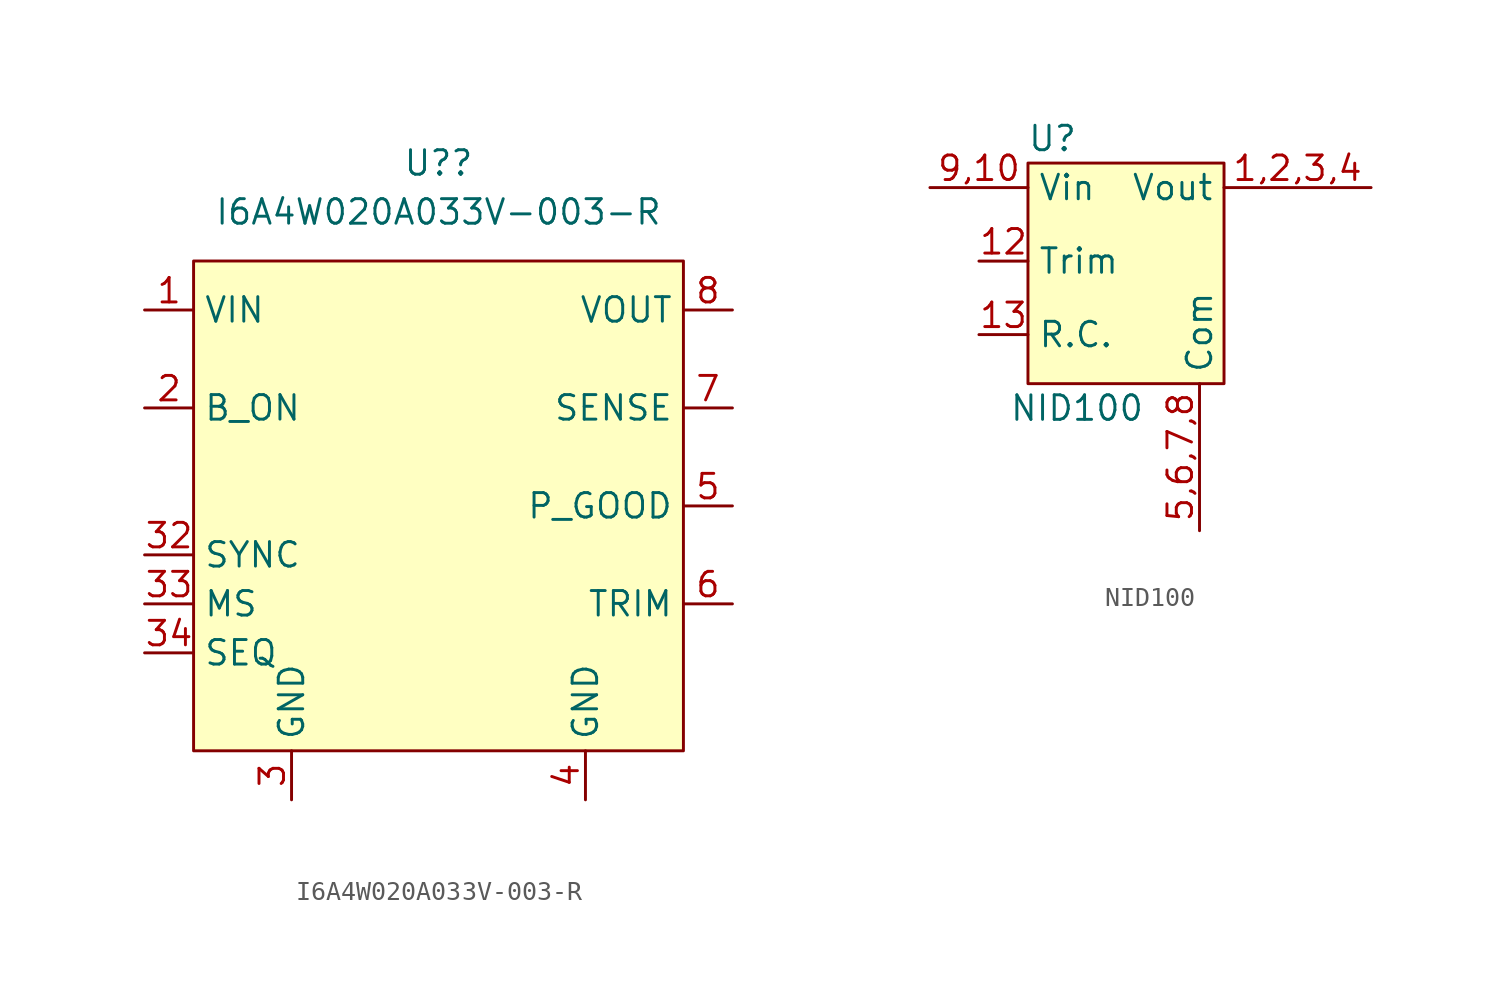
<source format=kicad_sym>
(kicad_symbol_lib
  (version 20211014)
  (generator kicad_symbol_editor)
  (symbol "I6A4W020A033V-003-R"
    (property "Reference" "U?"
      (at 0 17.78 0)
      (effects (font (size 1.27 1.27))))
    (property "Value" "I6A4W020A033V-003-R"
      (at 0 15.24 0)
      (effects (font (size 1.27 1.27))))
    (symbol "I6A4W020A033V-003-R_0_1"
      (rectangle (start -12.7 12.7) (end 12.7 -12.7) (stroke (width 0) (type default) (color 0 0 0 0)) (fill (type background))))
    (symbol "I6A4W020A033V-003-R_1_1"
      (pin input line (at -15.24 10.16 0) (length 2.54) (name "VIN" (effects (font (size 1.27 1.27)))) (number "1" (effects (font (size 1.27 1.27)))))
      (pin input line (at -15.24 5.08 0) (length 2.54) (name "B_ON" (effects (font (size 1.27 1.27)))) (number "2" (effects (font (size 1.27 1.27)))))
      (pin input line (at -7.62 -15.24 90) (length 2.54) (name "GND" (effects (font (size 1.27 1.27)))) (number "3" (effects (font (size 1.27 1.27)))))
      (pin input line (at -15.24 -2.54 0) (length 2.54) (name "SYNC" (effects (font (size 1.27 1.27)))) (number "32" (effects (font (size 1.27 1.27)))))
      (pin input line (at -15.24 -5.08 0) (length 2.54) (name "MS" (effects (font (size 1.27 1.27)))) (number "33" (effects (font (size 1.27 1.27)))))
      (pin input line (at -15.24 -7.62 0) (length 2.54) (name "SEQ" (effects (font (size 1.27 1.27)))) (number "34" (effects (font (size 1.27 1.27)))))
      (pin input line (at 7.62 -15.24 90) (length 2.54) (name "GND" (effects (font (size 1.27 1.27)))) (number "4" (effects (font (size 1.27 1.27)))))
      (pin input line (at 15.24 0 180) (length 2.54) (name "P_GOOD" (effects (font (size 1.27 1.27)))) (number "5" (effects (font (size 1.27 1.27)))))
      (pin input line (at 15.24 -5.08 180) (length 2.54) (name "TRIM" (effects (font (size 1.27 1.27)))) (number "6" (effects (font (size 1.27 1.27)))))
      (pin input line (at 15.24 5.08 180) (length 2.54) (name "SENSE" (effects (font (size 1.27 1.27)))) (number "7" (effects (font (size 1.27 1.27)))))
      (pin output line (at 15.24 10.16 180) (length 2.54) (name "VOUT" (effects (font (size 1.27 1.27)))) (number "8" (effects (font (size 1.27 1.27)))))))
  (symbol "NID100"
    (property "Reference" "U"
      (at -3.81 7.62 0)
      (effects (font (size 1.27 1.27))))
    (property "Value" "NID100"
      (at -2.54 -6.35 0)
      (effects (font (size 1.27 1.27))))
    (symbol "NID100_0_1"
      (rectangle (start -5.08 6.35) (end 5.08 -5.08) (stroke (width 0) (type default) (color 0 0 0 0)) (fill (type background))))
    (symbol "NID100_1_1"
      (pin output line (at 12.7 5.08 180) (length 7.62) (name "Vout" (effects (font (size 1.27 1.27)))) (number "1,2,3,4" (effects (font (size 1.27 1.27)))))
      (pin input line (at -7.62 1.27 0) (length 2.54) (name "Trim" (effects (font (size 1.27 1.27)))) (number "12" (effects (font (size 1.27 1.27)))))
      (pin input line (at -7.62 -2.54 0) (length 2.54) (name "R.C." (effects (font (size 1.27 1.27)))) (number "13" (effects (font (size 1.27 1.27)))))
      (pin output line (at 3.81 -12.7 90) (length 7.62) (name "Com" (effects (font (size 1.27 1.27)))) (number "5,6,7,8" (effects (font (size 1.27 1.27)))))
      (pin input line (at -10.16 5.08 0) (length 5.08) (name "Vin" (effects (font (size 1.27 1.27)))) (number "9,10" (effects (font (size 1.27 1.27))))))))
</source>
